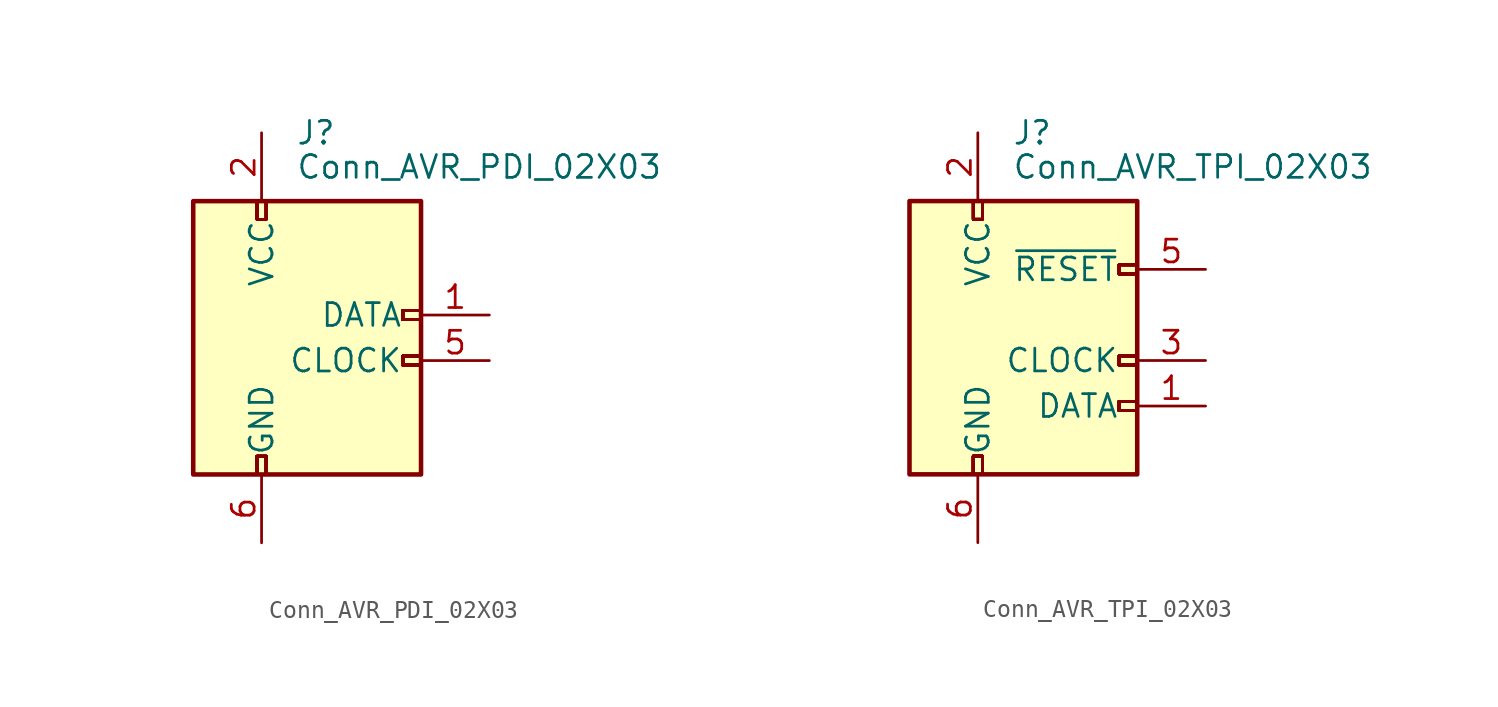
<source format=kicad_sym>
(kicad_symbol_lib
  (version 20201005)
  (generator kicad_symbol_editor)
  (symbol "KLIB_Connector_Prog:Conn_AVR_PDI_02X03"
    (pin_names
      (offset 1.016))
    (property "Reference" "J"
      (at 1.905 12.7 0)
      (effects (font (size 1.27 1.27)) (justify left)))
    (property "Value" "Conn_AVR_PDI_02X03"
      (at 1.905 10.795 0)
      (effects (font (size 1.27 1.27)) (justify left)))
    (symbol "Conn_AVR_PDI_02X03_0_1"
      (rectangle (start -3.81 8.89) (end 8.89 -6.35) (stroke (width 0.254)) (fill (type background)))
      (polyline (pts (xy -0.254 8.89) (xy -0.254 7.874) (xy 0.254 7.874) (xy 0.254 8.89)) (stroke (width 0)) (fill (type none)))
      (polyline (pts (xy -0.254 8.89) (xy -0.254 7.874) (xy 0.254 7.874) (xy 0.254 8.89)) (stroke (width 0)) (fill (type none)))
      (polyline (pts (xy -0.254 8.89) (xy -0.254 7.874) (xy 0.254 7.874) (xy 0.254 8.89)) (stroke (width 0)) (fill (type none)))
      (polyline (pts (xy -0.254 8.89) (xy -0.254 7.874) (xy 0.254 7.874) (xy 0.254 8.89)) (stroke (width 0)) (fill (type none)))
      (polyline (pts (xy -0.254 8.89) (xy -0.254 7.874) (xy 0.254 7.874) (xy 0.254 8.89)) (stroke (width 0)) (fill (type none)))
      (polyline (pts (xy -0.254 8.89) (xy -0.254 7.874) (xy 0.254 7.874) (xy 0.254 8.89)) (stroke (width 0)) (fill (type none)))
      (polyline (pts (xy -0.254 8.89) (xy -0.254 7.874) (xy 0.254 7.874) (xy 0.254 8.89)) (stroke (width 0)) (fill (type none)))
      (polyline (pts (xy -0.254 8.89) (xy -0.254 7.874) (xy 0.254 7.874) (xy 0.254 8.89)) (stroke (width 0)) (fill (type none)))
      (polyline (pts (xy -0.254 8.89) (xy -0.254 7.874) (xy 0.254 7.874) (xy 0.254 8.89)) (stroke (width 0)) (fill (type none)))
      (polyline (pts (xy -0.254 8.89) (xy -0.254 7.874) (xy 0.254 7.874) (xy 0.254 8.89)) (stroke (width 0)) (fill (type none)))
      (polyline (pts (xy -0.254 8.89) (xy -0.254 7.874) (xy 0.254 7.874) (xy 0.254 8.89)) (stroke (width 0)) (fill (type none)))
      (polyline (pts (xy 0.254 -6.35) (xy 0.254 -5.334) (xy -0.254 -5.334) (xy -0.254 -6.35)) (stroke (width 0)) (fill (type none)))
      (polyline (pts (xy 0.254 -6.35) (xy 0.254 -5.334) (xy -0.254 -5.334) (xy -0.254 -6.35)) (stroke (width 0)) (fill (type none)))
      (polyline (pts (xy 0.254 -6.35) (xy 0.254 -5.334) (xy -0.254 -5.334) (xy -0.254 -6.35)) (stroke (width 0)) (fill (type none)))
      (polyline (pts (xy 0.254 -6.35) (xy 0.254 -5.334) (xy -0.254 -5.334) (xy -0.254 -6.35)) (stroke (width 0)) (fill (type none)))
      (polyline (pts (xy 0.254 -6.35) (xy 0.254 -5.334) (xy -0.254 -5.334) (xy -0.254 -6.35)) (stroke (width 0)) (fill (type none)))
      (polyline (pts (xy 0.254 -6.35) (xy 0.254 -5.334) (xy -0.254 -5.334) (xy -0.254 -6.35)) (stroke (width 0)) (fill (type none)))
      (polyline (pts (xy 0.254 -6.35) (xy 0.254 -5.334) (xy -0.254 -5.334) (xy -0.254 -6.35)) (stroke (width 0)) (fill (type none)))
      (polyline (pts (xy 0.254 -6.35) (xy 0.254 -5.334) (xy -0.254 -5.334) (xy -0.254 -6.35)) (stroke (width 0)) (fill (type none)))
      (polyline (pts (xy 0.254 -6.35) (xy 0.254 -5.334) (xy -0.254 -5.334) (xy -0.254 -6.35)) (stroke (width 0)) (fill (type none)))
      (polyline (pts (xy 0.254 -6.35) (xy 0.254 -5.334) (xy -0.254 -5.334) (xy -0.254 -6.35)) (stroke (width 0)) (fill (type none)))
      (polyline (pts (xy 0.254 -6.35) (xy 0.254 -5.334) (xy -0.254 -5.334) (xy -0.254 -6.35)) (stroke (width 0)) (fill (type none)))
      (polyline (pts (xy 0.254 -6.35) (xy 0.254 -5.334) (xy -0.254 -5.334) (xy -0.254 -6.35)) (stroke (width 0)) (fill (type none)))
      (polyline (pts (xy 0.254 -6.35) (xy 0.254 -5.334) (xy -0.254 -5.334) (xy -0.254 -6.35)) (stroke (width 0)) (fill (type none)))
      (polyline (pts (xy 0.254 -6.35) (xy 0.254 -5.334) (xy -0.254 -5.334) (xy -0.254 -6.35)) (stroke (width 0)) (fill (type none)))
      (polyline (pts (xy 0.254 -6.35) (xy 0.254 -5.334) (xy -0.254 -5.334) (xy -0.254 -6.35)) (stroke (width 0)) (fill (type none)))
      (polyline (pts (xy 0.254 -6.35) (xy 0.254 -5.334) (xy -0.254 -5.334) (xy -0.254 -6.35)) (stroke (width 0)) (fill (type none)))
      (polyline (pts (xy 0.254 -6.35) (xy 0.254 -5.334) (xy -0.254 -5.334) (xy -0.254 -6.35)) (stroke (width 0)) (fill (type none)))
      (polyline (pts (xy 0.254 -6.35) (xy 0.254 -5.334) (xy -0.254 -5.334) (xy -0.254 -6.35)) (stroke (width 0)) (fill (type none)))
      (polyline (pts (xy 0.254 -6.35) (xy 0.254 -5.334) (xy -0.254 -5.334) (xy -0.254 -6.35)) (stroke (width 0)) (fill (type none)))
      (polyline (pts (xy 0.254 -6.35) (xy 0.254 -5.334) (xy -0.254 -5.334) (xy -0.254 -6.35)) (stroke (width 0)) (fill (type none)))
      (polyline (pts (xy 0.254 -6.35) (xy 0.254 -5.334) (xy -0.254 -5.334) (xy -0.254 -6.35)) (stroke (width 0)) (fill (type none)))
      (polyline (pts (xy 8.89 0.254) (xy 7.874 0.254) (xy 7.874 -0.254) (xy 8.89 -0.254)) (stroke (width 0)) (fill (type none)))
      (polyline (pts (xy 8.89 0.254) (xy 7.874 0.254) (xy 7.874 -0.254) (xy 8.89 -0.254)) (stroke (width 0)) (fill (type none)))
      (polyline (pts (xy 8.89 0.254) (xy 7.874 0.254) (xy 7.874 -0.254) (xy 8.89 -0.254)) (stroke (width 0)) (fill (type none)))
      (polyline (pts (xy 8.89 0.254) (xy 7.874 0.254) (xy 7.874 -0.254) (xy 8.89 -0.254)) (stroke (width 0)) (fill (type none)))
      (polyline (pts (xy 8.89 0.254) (xy 7.874 0.254) (xy 7.874 -0.254) (xy 8.89 -0.254)) (stroke (width 0)) (fill (type none)))
      (polyline (pts (xy 8.89 0.254) (xy 7.874 0.254) (xy 7.874 -0.254) (xy 8.89 -0.254)) (stroke (width 0)) (fill (type none)))
      (polyline (pts (xy 8.89 0.254) (xy 7.874 0.254) (xy 7.874 -0.254) (xy 8.89 -0.254)) (stroke (width 0)) (fill (type none)))
      (polyline (pts (xy 8.89 0.254) (xy 7.874 0.254) (xy 7.874 -0.254) (xy 8.89 -0.254)) (stroke (width 0)) (fill (type none)))
      (polyline (pts (xy 8.89 0.254) (xy 7.874 0.254) (xy 7.874 -0.254) (xy 8.89 -0.254)) (stroke (width 0)) (fill (type none)))
      (polyline (pts (xy 8.89 0.254) (xy 7.874 0.254) (xy 7.874 -0.254) (xy 8.89 -0.254)) (stroke (width 0)) (fill (type none)))
      (polyline (pts (xy 8.89 0.254) (xy 7.874 0.254) (xy 7.874 -0.254) (xy 8.89 -0.254)) (stroke (width 0)) (fill (type none)))
      (polyline (pts (xy 8.89 0.254) (xy 7.874 0.254) (xy 7.874 -0.254) (xy 8.89 -0.254)) (stroke (width 0)) (fill (type none)))
      (polyline (pts (xy 8.89 0.254) (xy 7.874 0.254) (xy 7.874 -0.254) (xy 8.89 -0.254)) (stroke (width 0)) (fill (type none)))
      (polyline (pts (xy 8.89 0.254) (xy 7.874 0.254) (xy 7.874 -0.254) (xy 8.89 -0.254)) (stroke (width 0)) (fill (type none)))
      (polyline (pts (xy 8.89 0.254) (xy 7.874 0.254) (xy 7.874 -0.254) (xy 8.89 -0.254)) (stroke (width 0)) (fill (type none)))
      (polyline (pts (xy 8.89 0.254) (xy 7.874 0.254) (xy 7.874 -0.254) (xy 8.89 -0.254)) (stroke (width 0)) (fill (type none)))
      (polyline (pts (xy 8.89 0.254) (xy 7.874 0.254) (xy 7.874 -0.254) (xy 8.89 -0.254)) (stroke (width 0)) (fill (type none)))
      (polyline (pts (xy 8.89 0.254) (xy 7.874 0.254) (xy 7.874 -0.254) (xy 8.89 -0.254)) (stroke (width 0)) (fill (type none)))
      (polyline (pts (xy 8.89 0.254) (xy 7.874 0.254) (xy 7.874 -0.254) (xy 8.89 -0.254)) (stroke (width 0)) (fill (type none)))
      (polyline (pts (xy 8.89 0.254) (xy 7.874 0.254) (xy 7.874 -0.254) (xy 8.89 -0.254)) (stroke (width 0)) (fill (type none)))
      (polyline (pts (xy 8.89 0.254) (xy 7.874 0.254) (xy 7.874 -0.254) (xy 8.89 -0.254)) (stroke (width 0)) (fill (type none)))
      (polyline (pts (xy 8.89 2.794) (xy 7.874 2.794) (xy 7.874 2.286) (xy 8.89 2.286)) (stroke (width 0)) (fill (type none)))
      (polyline (pts (xy 8.89 2.794) (xy 7.874 2.794) (xy 7.874 2.286) (xy 8.89 2.286)) (stroke (width 0)) (fill (type none)))
      (polyline (pts (xy 8.89 2.794) (xy 7.874 2.794) (xy 7.874 2.286) (xy 8.89 2.286)) (stroke (width 0)) (fill (type none)))
      (polyline (pts (xy 8.89 2.794) (xy 7.874 2.794) (xy 7.874 2.286) (xy 8.89 2.286)) (stroke (width 0)) (fill (type none)))
      (polyline (pts (xy 8.89 2.794) (xy 7.874 2.794) (xy 7.874 2.286) (xy 8.89 2.286)) (stroke (width 0)) (fill (type none)))
      (polyline (pts (xy 8.89 2.794) (xy 7.874 2.794) (xy 7.874 2.286) (xy 8.89 2.286)) (stroke (width 0)) (fill (type none)))
      (polyline (pts (xy 8.89 2.794) (xy 7.874 2.794) (xy 7.874 2.286) (xy 8.89 2.286)) (stroke (width 0)) (fill (type none)))
      (polyline (pts (xy 8.89 2.794) (xy 7.874 2.794) (xy 7.874 2.286) (xy 8.89 2.286)) (stroke (width 0)) (fill (type none)))
      (polyline (pts (xy 8.89 2.794) (xy 7.874 2.794) (xy 7.874 2.286) (xy 8.89 2.286)) (stroke (width 0)) (fill (type none)))
      (polyline (pts (xy 8.89 2.794) (xy 7.874 2.794) (xy 7.874 2.286) (xy 8.89 2.286)) (stroke (width 0)) (fill (type none)))
      (polyline (pts (xy 8.89 2.794) (xy 7.874 2.794) (xy 7.874 2.286) (xy 8.89 2.286)) (stroke (width 0)) (fill (type none)))
      (polyline (pts (xy 8.89 2.794) (xy 7.874 2.794) (xy 7.874 2.286) (xy 8.89 2.286)) (stroke (width 0)) (fill (type none)))
      (polyline (pts (xy 8.89 2.794) (xy 7.874 2.794) (xy 7.874 2.286) (xy 8.89 2.286)) (stroke (width 0)) (fill (type none)))
      (polyline (pts (xy 8.89 2.794) (xy 7.874 2.794) (xy 7.874 2.286) (xy 8.89 2.286)) (stroke (width 0)) (fill (type none)))
      (polyline (pts (xy 8.89 2.794) (xy 7.874 2.794) (xy 7.874 2.286) (xy 8.89 2.286)) (stroke (width 0)) (fill (type none)))
      (polyline (pts (xy 8.89 2.794) (xy 7.874 2.794) (xy 7.874 2.286) (xy 8.89 2.286)) (stroke (width 0)) (fill (type none)))
      (polyline (pts (xy 8.89 2.794) (xy 7.874 2.794) (xy 7.874 2.286) (xy 8.89 2.286)) (stroke (width 0)) (fill (type none)))
      (polyline (pts (xy 8.89 2.794) (xy 7.874 2.794) (xy 7.874 2.286) (xy 8.89 2.286)) (stroke (width 0)) (fill (type none)))
      (polyline (pts (xy 8.89 2.794) (xy 7.874 2.794) (xy 7.874 2.286) (xy 8.89 2.286)) (stroke (width 0)) (fill (type none)))
      (polyline (pts (xy 8.89 2.794) (xy 7.874 2.794) (xy 7.874 2.286) (xy 8.89 2.286)) (stroke (width 0)) (fill (type none)))
      (polyline (pts (xy 8.89 2.794) (xy 7.874 2.794) (xy 7.874 2.286) (xy 8.89 2.286)) (stroke (width 0)) (fill (type none))))
    (symbol "Conn_AVR_PDI_02X03_1_1"
      (pin bidirectional line (at 12.7 2.54 180) (length 3.81) (name "DATA" (effects (font (size 1.27 1.27)))) (number "1" (effects (font (size 1.27 1.27)))))
      (pin power_in line (at 0 12.7 270) (length 3.81) (name "VCC" (effects (font (size 1.27 1.27)))) (number "2" (effects (font (size 1.27 1.27)))))
      (pin unconnected line (at -7.62 2.54 0) (length 3.81) hide (name "NC" (effects (font (size 1.27 1.27)))) (number "3" (effects (font (size 1.27 1.27)))))
      (pin unconnected line (at -7.62 0 0) (length 3.81) hide (name "NC" (effects (font (size 1.27 1.27)))) (number "4" (effects (font (size 1.27 1.27)))))
      (pin output line (at 12.7 0 180) (length 3.81) (name "CLOCK" (effects (font (size 1.27 1.27)))) (number "5" (effects (font (size 1.27 1.27)))))
      (pin power_in line (at 0 -10.16 90) (length 3.81) (name "GND" (effects (font (size 1.27 1.27)))) (number "6" (effects (font (size 1.27 1.27)))))))
  (symbol "KLIB_Connector_Prog:Conn_AVR_TPI_02X03"
    (pin_names
      (offset 1.016))
    (property "Reference" "J"
      (at 1.905 12.7 0)
      (effects (font (size 1.27 1.27)) (justify left)))
    (property "Value" "Conn_AVR_TPI_02X03"
      (at 1.905 10.795 0)
      (effects (font (size 1.27 1.27)) (justify left)))
    (symbol "Conn_AVR_TPI_02X03_0_1"
      (rectangle (start -3.81 8.89) (end 8.89 -6.35) (stroke (width 0.254)) (fill (type background)))
      (polyline (pts (xy -0.254 8.89) (xy -0.254 7.874) (xy 0.254 7.874) (xy 0.254 8.89)) (stroke (width 0)) (fill (type none)))
      (polyline (pts (xy -0.254 8.89) (xy -0.254 7.874) (xy 0.254 7.874) (xy 0.254 8.89)) (stroke (width 0)) (fill (type none)))
      (polyline (pts (xy -0.254 8.89) (xy -0.254 7.874) (xy 0.254 7.874) (xy 0.254 8.89)) (stroke (width 0)) (fill (type none)))
      (polyline (pts (xy -0.254 8.89) (xy -0.254 7.874) (xy 0.254 7.874) (xy 0.254 8.89)) (stroke (width 0)) (fill (type none)))
      (polyline (pts (xy -0.254 8.89) (xy -0.254 7.874) (xy 0.254 7.874) (xy 0.254 8.89)) (stroke (width 0)) (fill (type none)))
      (polyline (pts (xy -0.254 8.89) (xy -0.254 7.874) (xy 0.254 7.874) (xy 0.254 8.89)) (stroke (width 0)) (fill (type none)))
      (polyline (pts (xy -0.254 8.89) (xy -0.254 7.874) (xy 0.254 7.874) (xy 0.254 8.89)) (stroke (width 0)) (fill (type none)))
      (polyline (pts (xy -0.254 8.89) (xy -0.254 7.874) (xy 0.254 7.874) (xy 0.254 8.89)) (stroke (width 0)) (fill (type none)))
      (polyline (pts (xy -0.254 8.89) (xy -0.254 7.874) (xy 0.254 7.874) (xy 0.254 8.89)) (stroke (width 0)) (fill (type none)))
      (polyline (pts (xy -0.254 8.89) (xy -0.254 7.874) (xy 0.254 7.874) (xy 0.254 8.89)) (stroke (width 0)) (fill (type none)))
      (polyline (pts (xy -0.254 8.89) (xy -0.254 7.874) (xy 0.254 7.874) (xy 0.254 8.89)) (stroke (width 0)) (fill (type none)))
      (polyline (pts (xy 0.254 -6.35) (xy 0.254 -5.334) (xy -0.254 -5.334) (xy -0.254 -6.35)) (stroke (width 0)) (fill (type none)))
      (polyline (pts (xy 0.254 -6.35) (xy 0.254 -5.334) (xy -0.254 -5.334) (xy -0.254 -6.35)) (stroke (width 0)) (fill (type none)))
      (polyline (pts (xy 0.254 -6.35) (xy 0.254 -5.334) (xy -0.254 -5.334) (xy -0.254 -6.35)) (stroke (width 0)) (fill (type none)))
      (polyline (pts (xy 0.254 -6.35) (xy 0.254 -5.334) (xy -0.254 -5.334) (xy -0.254 -6.35)) (stroke (width 0)) (fill (type none)))
      (polyline (pts (xy 0.254 -6.35) (xy 0.254 -5.334) (xy -0.254 -5.334) (xy -0.254 -6.35)) (stroke (width 0)) (fill (type none)))
      (polyline (pts (xy 0.254 -6.35) (xy 0.254 -5.334) (xy -0.254 -5.334) (xy -0.254 -6.35)) (stroke (width 0)) (fill (type none)))
      (polyline (pts (xy 0.254 -6.35) (xy 0.254 -5.334) (xy -0.254 -5.334) (xy -0.254 -6.35)) (stroke (width 0)) (fill (type none)))
      (polyline (pts (xy 0.254 -6.35) (xy 0.254 -5.334) (xy -0.254 -5.334) (xy -0.254 -6.35)) (stroke (width 0)) (fill (type none)))
      (polyline (pts (xy 0.254 -6.35) (xy 0.254 -5.334) (xy -0.254 -5.334) (xy -0.254 -6.35)) (stroke (width 0)) (fill (type none)))
      (polyline (pts (xy 0.254 -6.35) (xy 0.254 -5.334) (xy -0.254 -5.334) (xy -0.254 -6.35)) (stroke (width 0)) (fill (type none)))
      (polyline (pts (xy 0.254 -6.35) (xy 0.254 -5.334) (xy -0.254 -5.334) (xy -0.254 -6.35)) (stroke (width 0)) (fill (type none)))
      (polyline (pts (xy 0.254 -6.35) (xy 0.254 -5.334) (xy -0.254 -5.334) (xy -0.254 -6.35)) (stroke (width 0)) (fill (type none)))
      (polyline (pts (xy 0.254 -6.35) (xy 0.254 -5.334) (xy -0.254 -5.334) (xy -0.254 -6.35)) (stroke (width 0)) (fill (type none)))
      (polyline (pts (xy 0.254 -6.35) (xy 0.254 -5.334) (xy -0.254 -5.334) (xy -0.254 -6.35)) (stroke (width 0)) (fill (type none)))
      (polyline (pts (xy 0.254 -6.35) (xy 0.254 -5.334) (xy -0.254 -5.334) (xy -0.254 -6.35)) (stroke (width 0)) (fill (type none)))
      (polyline (pts (xy 0.254 -6.35) (xy 0.254 -5.334) (xy -0.254 -5.334) (xy -0.254 -6.35)) (stroke (width 0)) (fill (type none)))
      (polyline (pts (xy 0.254 -6.35) (xy 0.254 -5.334) (xy -0.254 -5.334) (xy -0.254 -6.35)) (stroke (width 0)) (fill (type none)))
      (polyline (pts (xy 0.254 -6.35) (xy 0.254 -5.334) (xy -0.254 -5.334) (xy -0.254 -6.35)) (stroke (width 0)) (fill (type none)))
      (polyline (pts (xy 0.254 -6.35) (xy 0.254 -5.334) (xy -0.254 -5.334) (xy -0.254 -6.35)) (stroke (width 0)) (fill (type none)))
      (polyline (pts (xy 0.254 -6.35) (xy 0.254 -5.334) (xy -0.254 -5.334) (xy -0.254 -6.35)) (stroke (width 0)) (fill (type none)))
      (polyline (pts (xy 0.254 -6.35) (xy 0.254 -5.334) (xy -0.254 -5.334) (xy -0.254 -6.35)) (stroke (width 0)) (fill (type none)))
      (polyline (pts (xy 8.89 -2.286) (xy 7.874 -2.286) (xy 7.874 -2.794) (xy 8.89 -2.794)) (stroke (width 0)) (fill (type none)))
      (polyline (pts (xy 8.89 -2.286) (xy 7.874 -2.286) (xy 7.874 -2.794) (xy 8.89 -2.794)) (stroke (width 0)) (fill (type none)))
      (polyline (pts (xy 8.89 -2.286) (xy 7.874 -2.286) (xy 7.874 -2.794) (xy 8.89 -2.794)) (stroke (width 0)) (fill (type none)))
      (polyline (pts (xy 8.89 -2.286) (xy 7.874 -2.286) (xy 7.874 -2.794) (xy 8.89 -2.794)) (stroke (width 0)) (fill (type none)))
      (polyline (pts (xy 8.89 -2.286) (xy 7.874 -2.286) (xy 7.874 -2.794) (xy 8.89 -2.794)) (stroke (width 0)) (fill (type none)))
      (polyline (pts (xy 8.89 -2.286) (xy 7.874 -2.286) (xy 7.874 -2.794) (xy 8.89 -2.794)) (stroke (width 0)) (fill (type none)))
      (polyline (pts (xy 8.89 -2.286) (xy 7.874 -2.286) (xy 7.874 -2.794) (xy 8.89 -2.794)) (stroke (width 0)) (fill (type none)))
      (polyline (pts (xy 8.89 -2.286) (xy 7.874 -2.286) (xy 7.874 -2.794) (xy 8.89 -2.794)) (stroke (width 0)) (fill (type none)))
      (polyline (pts (xy 8.89 -2.286) (xy 7.874 -2.286) (xy 7.874 -2.794) (xy 8.89 -2.794)) (stroke (width 0)) (fill (type none)))
      (polyline (pts (xy 8.89 -2.286) (xy 7.874 -2.286) (xy 7.874 -2.794) (xy 8.89 -2.794)) (stroke (width 0)) (fill (type none)))
      (polyline (pts (xy 8.89 -2.286) (xy 7.874 -2.286) (xy 7.874 -2.794) (xy 8.89 -2.794)) (stroke (width 0)) (fill (type none)))
      (polyline (pts (xy 8.89 -2.286) (xy 7.874 -2.286) (xy 7.874 -2.794) (xy 8.89 -2.794)) (stroke (width 0)) (fill (type none)))
      (polyline (pts (xy 8.89 -2.286) (xy 7.874 -2.286) (xy 7.874 -2.794) (xy 8.89 -2.794)) (stroke (width 0)) (fill (type none)))
      (polyline (pts (xy 8.89 -2.286) (xy 7.874 -2.286) (xy 7.874 -2.794) (xy 8.89 -2.794)) (stroke (width 0)) (fill (type none)))
      (polyline (pts (xy 8.89 -2.286) (xy 7.874 -2.286) (xy 7.874 -2.794) (xy 8.89 -2.794)) (stroke (width 0)) (fill (type none)))
      (polyline (pts (xy 8.89 -2.286) (xy 7.874 -2.286) (xy 7.874 -2.794) (xy 8.89 -2.794)) (stroke (width 0)) (fill (type none)))
      (polyline (pts (xy 8.89 -2.286) (xy 7.874 -2.286) (xy 7.874 -2.794) (xy 8.89 -2.794)) (stroke (width 0)) (fill (type none)))
      (polyline (pts (xy 8.89 -2.286) (xy 7.874 -2.286) (xy 7.874 -2.794) (xy 8.89 -2.794)) (stroke (width 0)) (fill (type none)))
      (polyline (pts (xy 8.89 -2.286) (xy 7.874 -2.286) (xy 7.874 -2.794) (xy 8.89 -2.794)) (stroke (width 0)) (fill (type none)))
      (polyline (pts (xy 8.89 -2.286) (xy 7.874 -2.286) (xy 7.874 -2.794) (xy 8.89 -2.794)) (stroke (width 0)) (fill (type none)))
      (polyline (pts (xy 8.89 -2.286) (xy 7.874 -2.286) (xy 7.874 -2.794) (xy 8.89 -2.794)) (stroke (width 0)) (fill (type none)))
      (polyline (pts (xy 8.89 0.254) (xy 7.874 0.254) (xy 7.874 -0.254) (xy 8.89 -0.254)) (stroke (width 0)) (fill (type none)))
      (polyline (pts (xy 8.89 0.254) (xy 7.874 0.254) (xy 7.874 -0.254) (xy 8.89 -0.254)) (stroke (width 0)) (fill (type none)))
      (polyline (pts (xy 8.89 0.254) (xy 7.874 0.254) (xy 7.874 -0.254) (xy 8.89 -0.254)) (stroke (width 0)) (fill (type none)))
      (polyline (pts (xy 8.89 0.254) (xy 7.874 0.254) (xy 7.874 -0.254) (xy 8.89 -0.254)) (stroke (width 0)) (fill (type none)))
      (polyline (pts (xy 8.89 0.254) (xy 7.874 0.254) (xy 7.874 -0.254) (xy 8.89 -0.254)) (stroke (width 0)) (fill (type none)))
      (polyline (pts (xy 8.89 0.254) (xy 7.874 0.254) (xy 7.874 -0.254) (xy 8.89 -0.254)) (stroke (width 0)) (fill (type none)))
      (polyline (pts (xy 8.89 0.254) (xy 7.874 0.254) (xy 7.874 -0.254) (xy 8.89 -0.254)) (stroke (width 0)) (fill (type none)))
      (polyline (pts (xy 8.89 0.254) (xy 7.874 0.254) (xy 7.874 -0.254) (xy 8.89 -0.254)) (stroke (width 0)) (fill (type none)))
      (polyline (pts (xy 8.89 0.254) (xy 7.874 0.254) (xy 7.874 -0.254) (xy 8.89 -0.254)) (stroke (width 0)) (fill (type none)))
      (polyline (pts (xy 8.89 0.254) (xy 7.874 0.254) (xy 7.874 -0.254) (xy 8.89 -0.254)) (stroke (width 0)) (fill (type none)))
      (polyline (pts (xy 8.89 0.254) (xy 7.874 0.254) (xy 7.874 -0.254) (xy 8.89 -0.254)) (stroke (width 0)) (fill (type none)))
      (polyline (pts (xy 8.89 5.334) (xy 7.874 5.334) (xy 7.874 4.826) (xy 8.89 4.826)) (stroke (width 0)) (fill (type none)))
      (polyline (pts (xy 8.89 5.334) (xy 7.874 5.334) (xy 7.874 4.826) (xy 8.89 4.826)) (stroke (width 0)) (fill (type none)))
      (polyline (pts (xy 8.89 5.334) (xy 7.874 5.334) (xy 7.874 4.826) (xy 8.89 4.826)) (stroke (width 0)) (fill (type none)))
      (polyline (pts (xy 8.89 5.334) (xy 7.874 5.334) (xy 7.874 4.826) (xy 8.89 4.826)) (stroke (width 0)) (fill (type none)))
      (polyline (pts (xy 8.89 5.334) (xy 7.874 5.334) (xy 7.874 4.826) (xy 8.89 4.826)) (stroke (width 0)) (fill (type none)))
      (polyline (pts (xy 8.89 5.334) (xy 7.874 5.334) (xy 7.874 4.826) (xy 8.89 4.826)) (stroke (width 0)) (fill (type none)))
      (polyline (pts (xy 8.89 5.334) (xy 7.874 5.334) (xy 7.874 4.826) (xy 8.89 4.826)) (stroke (width 0)) (fill (type none)))
      (polyline (pts (xy 8.89 5.334) (xy 7.874 5.334) (xy 7.874 4.826) (xy 8.89 4.826)) (stroke (width 0)) (fill (type none)))
      (polyline (pts (xy 8.89 5.334) (xy 7.874 5.334) (xy 7.874 4.826) (xy 8.89 4.826)) (stroke (width 0)) (fill (type none)))
      (polyline (pts (xy 8.89 5.334) (xy 7.874 5.334) (xy 7.874 4.826) (xy 8.89 4.826)) (stroke (width 0)) (fill (type none)))
      (polyline (pts (xy 8.89 5.334) (xy 7.874 5.334) (xy 7.874 4.826) (xy 8.89 4.826)) (stroke (width 0)) (fill (type none))))
    (symbol "Conn_AVR_TPI_02X03_1_1"
      (pin bidirectional line (at 12.7 -2.54 180) (length 3.81) (name "DATA" (effects (font (size 1.27 1.27)))) (number "1" (effects (font (size 1.27 1.27)))))
      (pin power_in line (at 0 12.7 270) (length 3.81) (name "VCC" (effects (font (size 1.27 1.27)))) (number "2" (effects (font (size 1.27 1.27)))))
      (pin output line (at 12.7 0 180) (length 3.81) (name "CLOCK" (effects (font (size 1.27 1.27)))) (number "3" (effects (font (size 1.27 1.27)))))
      (pin unconnected line (at -7.62 0 0) (length 3.81) hide (name "NC" (effects (font (size 1.27 1.27)))) (number "4" (effects (font (size 1.27 1.27)))))
      (pin output line (at 12.7 5.08 180) (length 3.81) (name "~RESET" (effects (font (size 1.27 1.27)))) (number "5" (effects (font (size 1.27 1.27)))))
      (pin power_in line (at 0 -10.16 90) (length 3.81) (name "GND" (effects (font (size 1.27 1.27)))) (number "6" (effects (font (size 1.27 1.27))))))))
</source>
